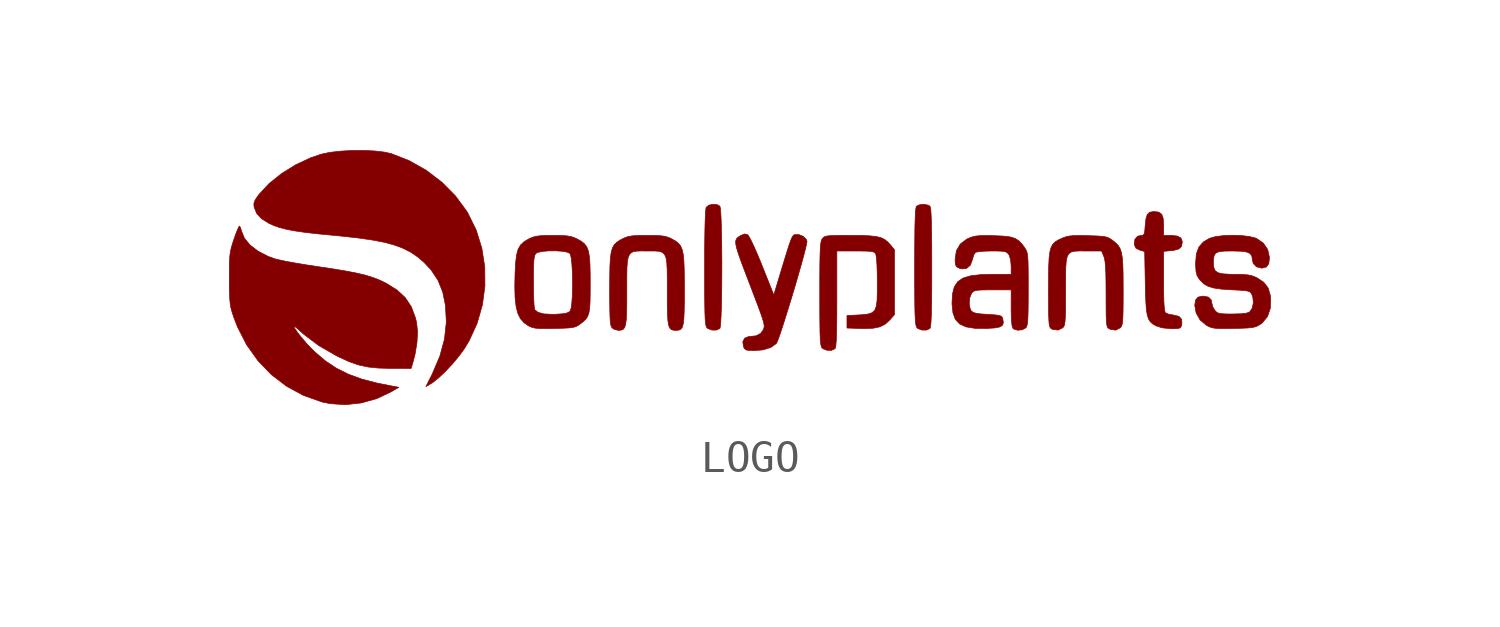
<source format=kicad_sym>
(kicad_symbol_lib
  (version 20211014)
  (generator kicad_symbol_editor)
  (symbol "LOGO"
    (pin_names
      (offset 1.016))
    (property "Reference" "#G"
      (at 0 5.318 0)
      (effects (font (size 1.27 1.27)) hide))
    (symbol "LOGO_0_0"
      (polyline (pts (xy -1.101 -1.478) (xy -1.087 -1.43) (xy -1.073 -1.292) (xy -1.062 -1.079) (xy -1.052 -0.805) (xy -1.045 -0.484) (xy -1.04 -0.128) (xy -1.038 0.249) (xy -1.037 0.634) (xy -1.04 1.013) (xy -1.044 1.373) (xy -1.051 1.701) (xy -1.06 1.983) (xy -1.071 2.206) (xy -1.085 2.356) (xy -1.101 2.421) (xy -1.181 2.466) (xy -1.317 2.481) (xy -1.451 2.453) (xy -1.536 2.385) (xy -1.54 2.376) (xy -1.554 2.277) (xy -1.565 2.083) (xy -1.575 1.8) (xy -1.582 1.431) (xy -1.586 0.981) (xy -1.587 0.453) (xy -1.587 0.418) (xy -1.587 -0.058) (xy -1.585 -0.445) (xy -1.582 -0.752) (xy -1.577 -0.989) (xy -1.57 -1.166) (xy -1.56 -1.292) (xy -1.547 -1.377) (xy -1.53 -1.429) (xy -1.51 -1.46) (xy -1.485 -1.48) (xy -1.357 -1.529) (xy -1.212 -1.53) (xy -1.101 -1.478)) (stroke (width 0.01) (type default) (color 0 0 0 0)) (fill (type outline)))
      (polyline (pts (xy 5.596 -1.478) (xy 5.603 -1.468) (xy 5.618 -1.402) (xy 5.63 -1.277) (xy 5.64 -1.086) (xy 5.647 -0.822) (xy 5.652 -0.479) (xy 5.655 -0.05) (xy 5.655 0.471) (xy 5.655 0.685) (xy 5.654 1.17) (xy 5.65 1.565) (xy 5.644 1.876) (xy 5.636 2.111) (xy 5.626 2.276) (xy 5.612 2.377) (xy 5.596 2.421) (xy 5.546 2.452) (xy 5.414 2.478) (xy 5.271 2.467) (xy 5.169 2.421) (xy 5.163 2.412) (xy 5.148 2.348) (xy 5.135 2.226) (xy 5.126 2.037) (xy 5.118 1.776) (xy 5.114 1.435) (xy 5.111 1.009) (xy 5.11 0.49) (xy 5.11 0.402) (xy 5.11 -0.069) (xy 5.112 -0.453) (xy 5.115 -0.757) (xy 5.12 -0.993) (xy 5.128 -1.168) (xy 5.138 -1.293) (xy 5.151 -1.377) (xy 5.168 -1.43) (xy 5.188 -1.46) (xy 5.212 -1.48) (xy 5.34 -1.529) (xy 5.485 -1.53) (xy 5.596 -1.478)) (stroke (width 0.01) (type default) (color 0 0 0 0)) (fill (type outline)))
      (polyline (pts (xy 13.464 -1.484) (xy 13.555 -1.468) (xy 13.6 -1.429) (xy 13.624 -1.357) (xy 13.629 -1.336) (xy 13.624 -1.188) (xy 13.537 -1.093) (xy 13.365 -1.05) (xy 13.335 -1.047) (xy 13.198 -1.02) (xy 13.11 -0.982) (xy 13.104 -0.977) (xy 13.082 -0.917) (xy 13.066 -0.796) (xy 13.055 -0.606) (xy 13.049 -0.335) (xy 13.047 0.025) (xy 13.047 0.98) (xy 13.301 1.004) (xy 13.375 1.013) (xy 13.533 1.057) (xy 13.617 1.137) (xy 13.642 1.268) (xy 13.641 1.297) (xy 13.597 1.408) (xy 13.482 1.469) (xy 13.285 1.488) (xy 13.047 1.488) (xy 13.047 1.805) (xy 13.047 1.823) (xy 13.033 2.033) (xy 12.985 2.164) (xy 12.893 2.23) (xy 12.745 2.249) (xy 12.719 2.249) (xy 12.602 2.226) (xy 12.527 2.157) (xy 12.484 2.025) (xy 12.461 1.811) (xy 12.46 1.803) (xy 12.446 1.632) (xy 12.426 1.538) (xy 12.389 1.497) (xy 12.328 1.488) (xy 12.218 1.463) (xy 12.131 1.364) (xy 12.114 1.206) (xy 12.118 1.175) (xy 12.168 1.078) (xy 12.287 1.02) (xy 12.443 0.974) (xy 12.462 -0.021) (xy 12.469 -0.334) (xy 12.481 -0.644) (xy 12.498 -0.879) (xy 12.526 -1.052) (xy 12.566 -1.176) (xy 12.623 -1.265) (xy 12.698 -1.332) (xy 12.796 -1.391) (xy 12.99 -1.457) (xy 13.282 -1.486) (xy 13.302 -1.486) (xy 13.464 -1.484)) (stroke (width 0.01) (type default) (color 0 0 0 0)) (fill (type outline)))
      (polyline (pts (xy -10.316 -3.241) (xy -10.242 -3.193) (xy -10.055 -3.041) (xy -9.843 -2.838) (xy -9.625 -2.605) (xy -9.423 -2.365) (xy -9.256 -2.138) (xy -9.092 -1.867) (xy -8.839 -1.312) (xy -8.672 -0.728) (xy -8.591 -0.126) (xy -8.596 0.48) (xy -8.689 1.079) (xy -8.868 1.656) (xy -9.135 2.201) (xy -9.173 2.262) (xy -9.531 2.748) (xy -9.965 3.186) (xy -10.461 3.564) (xy -11.006 3.872) (xy -11.584 4.098) (xy -11.797 4.145) (xy -12.107 4.181) (xy -12.464 4.197) (xy -12.84 4.195) (xy -13.209 4.174) (xy -13.542 4.135) (xy -13.813 4.077) (xy -14.153 3.961) (xy -14.63 3.737) (xy -15.078 3.458) (xy -15.474 3.139) (xy -15.794 2.796) (xy -15.826 2.753) (xy -15.919 2.615) (xy -15.957 2.509) (xy -15.952 2.406) (xy -15.948 2.387) (xy -15.868 2.188) (xy -15.715 2.021) (xy -15.476 1.873) (xy -15.319 1.802) (xy -15.132 1.737) (xy -14.912 1.681) (xy -14.646 1.631) (xy -14.319 1.584) (xy -13.92 1.538) (xy -13.435 1.492) (xy -13.185 1.468) (xy -12.646 1.409) (xy -12.189 1.343) (xy -11.803 1.269) (xy -11.477 1.181) (xy -11.199 1.077) (xy -10.957 0.953) (xy -10.74 0.806) (xy -10.536 0.632) (xy -10.31 0.392) (xy -10.089 0.061) (xy -9.938 -0.312) (xy -9.85 -0.74) (xy -9.823 -1.237) (xy -9.823 -1.282) (xy -9.879 -1.812) (xy -10.029 -2.364) (xy -10.272 -2.933) (xy -10.473 -3.333) (xy -10.316 -3.241)) (stroke (width 0.01) (type default) (color 0 0 0 0)) (fill (type outline)))
      (polyline (pts (xy 0.275 -2.161) (xy 0.526 -2.083) (xy 0.701 -1.954) (xy 0.714 -1.933) (xy 0.759 -1.823) (xy 0.825 -1.638) (xy 0.907 -1.393) (xy 1 -1.1) (xy 1.101 -0.775) (xy 1.206 -0.432) (xy 1.31 -0.084) (xy 1.408 0.255) (xy 1.498 0.569) (xy 1.573 0.845) (xy 1.631 1.07) (xy 1.667 1.228) (xy 1.677 1.306) (xy 1.652 1.368) (xy 1.554 1.459) (xy 1.42 1.514) (xy 1.29 1.513) (xy 1.278 1.509) (xy 1.251 1.496) (xy 1.225 1.469) (xy 1.196 1.419) (xy 1.161 1.336) (xy 1.115 1.208) (xy 1.056 1.027) (xy 0.98 0.781) (xy 0.882 0.461) (xy 0.76 0.056) (xy 0.619 -0.41) (xy 0.247 0.522) (xy 0.227 0.573) (xy 0.11 0.856) (xy 0.0004 1.106) (xy -0.094 1.307) (xy -0.167 1.446) (xy -0.211 1.508) (xy -0.217 1.511) (xy -0.311 1.535) (xy -0.43 1.488) (xy -0.47 1.465) (xy -0.533 1.423) (xy -0.576 1.373) (xy -0.597 1.307) (xy -0.594 1.212) (xy -0.565 1.078) (xy -0.508 0.895) (xy -0.421 0.651) (xy -0.303 0.336) (xy -0.151 -0.06) (xy -0.005 -0.444) (xy 0.11 -0.747) (xy 0.196 -0.98) (xy 0.255 -1.154) (xy 0.292 -1.28) (xy 0.31 -1.369) (xy 0.311 -1.432) (xy 0.3 -1.481) (xy 0.279 -1.527) (xy 0.198 -1.636) (xy 0.054 -1.712) (xy -0.16 -1.736) (xy -0.187 -1.737) (xy -0.311 -1.789) (xy -0.369 -1.902) (xy -0.348 -2.055) (xy -0.318 -2.12) (xy -0.265 -2.162) (xy -0.168 -2.179) (xy 0.0004 -2.183) (xy 0.275 -2.161)) (stroke (width 0.01) (type default) (color 0 0 0 0)) (fill (type outline)))
      (polyline (pts (xy 2.57 -2.123) (xy 2.58 -2.106) (xy 2.596 -2.028) (xy 2.609 -1.886) (xy 2.618 -1.672) (xy 2.624 -1.381) (xy 2.628 -1.004) (xy 2.629 -0.536) (xy 2.629 0.992) (xy 3.223 0.992) (xy 3.323 0.992) (xy 3.546 0.989) (xy 3.694 0.981) (xy 3.785 0.965) (xy 3.837 0.937) (xy 3.868 0.896) (xy 3.877 0.866) (xy 3.894 0.739) (xy 3.908 0.538) (xy 3.916 0.28) (xy 3.919 -0.018) (xy 3.918 -0.327) (xy 3.911 -0.587) (xy 3.886 -0.773) (xy 3.837 -0.898) (xy 3.752 -0.976) (xy 3.624 -1.019) (xy 3.443 -1.04) (xy 3.2 -1.054) (xy 2.952 -1.067) (xy 2.952 -1.464) (xy 3.373 -1.479) (xy 3.503 -1.482) (xy 3.786 -1.471) (xy 4.002 -1.426) (xy 4.17 -1.342) (xy 4.311 -1.213) (xy 4.465 -1.038) (xy 4.465 1.034) (xy 4.331 1.194) (xy 4.255 1.276) (xy 4.157 1.357) (xy 4.039 1.414) (xy 3.886 1.452) (xy 3.681 1.475) (xy 3.41 1.486) (xy 3.055 1.488) (xy 2.816 1.488) (xy 2.579 1.486) (xy 2.413 1.48) (xy 2.304 1.468) (xy 2.236 1.448) (xy 2.194 1.419) (xy 2.161 1.378) (xy 2.152 1.365) (xy 2.133 1.315) (xy 2.117 1.237) (xy 2.105 1.122) (xy 2.096 0.959) (xy 2.09 0.737) (xy 2.086 0.447) (xy 2.084 0.078) (xy 2.084 -0.38) (xy 2.084 -0.636) (xy 2.085 -1.042) (xy 2.088 -1.364) (xy 2.092 -1.613) (xy 2.099 -1.798) (xy 2.109 -1.929) (xy 2.123 -2.018) (xy 2.14 -2.073) (xy 2.162 -2.105) (xy 2.186 -2.125) (xy 2.314 -2.174) (xy 2.459 -2.175) (xy 2.57 -2.123)) (stroke (width 0.01) (type default) (color 0 0 0 0)) (fill (type outline)))
      (polyline (pts (xy -2.464 -1.537) (xy -2.391 -1.527) (xy -2.335 -1.495) (xy -2.294 -1.43) (xy -2.266 -1.322) (xy -2.248 -1.159) (xy -2.238 -0.931) (xy -2.233 -0.625) (xy -2.232 -0.231) (xy -2.233 0.048) (xy -2.237 0.401) (xy -2.248 0.675) (xy -2.269 0.884) (xy -2.303 1.039) (xy -2.353 1.153) (xy -2.422 1.239) (xy -2.513 1.309) (xy -2.63 1.375) (xy -2.733 1.424) (xy -2.842 1.457) (xy -2.977 1.477) (xy -3.162 1.486) (xy -3.423 1.488) (xy -3.678 1.486) (xy -3.865 1.477) (xy -4.001 1.458) (xy -4.11 1.425) (xy -4.216 1.375) (xy -4.296 1.332) (xy -4.395 1.264) (xy -4.472 1.185) (xy -4.528 1.083) (xy -4.567 0.943) (xy -4.592 0.754) (xy -4.606 0.504) (xy -4.612 0.18) (xy -4.614 -0.231) (xy -4.613 -0.589) (xy -4.61 -0.882) (xy -4.604 -1.1) (xy -4.595 -1.254) (xy -4.58 -1.357) (xy -4.561 -1.422) (xy -4.536 -1.46) (xy -4.468 -1.506) (xy -4.341 -1.538) (xy -4.327 -1.538) (xy -4.245 -1.531) (xy -4.183 -1.505) (xy -4.137 -1.448) (xy -4.106 -1.349) (xy -4.085 -1.197) (xy -4.074 -0.98) (xy -4.069 -0.686) (xy -4.068 -0.305) (xy -4.068 -0.185) (xy -4.068 0.181) (xy -4.063 0.462) (xy -4.047 0.67) (xy -4.016 0.815) (xy -3.962 0.908) (xy -3.882 0.962) (xy -3.769 0.986) (xy -3.618 0.993) (xy -3.423 0.992) (xy -3.363 0.992) (xy -3.181 0.992) (xy -3.042 0.982) (xy -2.938 0.95) (xy -2.866 0.887) (xy -2.82 0.78) (xy -2.793 0.618) (xy -2.781 0.391) (xy -2.778 0.087) (xy -2.778 -0.305) (xy -2.778 -0.369) (xy -2.777 -0.737) (xy -2.771 -1.018) (xy -2.758 -1.224) (xy -2.736 -1.368) (xy -2.703 -1.459) (xy -2.655 -1.51) (xy -2.59 -1.533) (xy -2.505 -1.538) (xy -2.464 -1.537)) (stroke (width 0.01) (type default) (color 0 0 0 0)) (fill (type outline)))
      (polyline (pts (xy 11.667 -1.456) (xy 11.68 -1.443) (xy 11.706 -1.404) (xy 11.726 -1.343) (xy 11.74 -1.248) (xy 11.749 -1.105) (xy 11.754 -0.902) (xy 11.757 -0.626) (xy 11.758 -0.264) (xy 11.757 -0.118) (xy 11.755 0.255) (xy 11.747 0.545) (xy 11.731 0.767) (xy 11.704 0.935) (xy 11.663 1.061) (xy 11.606 1.158) (xy 11.53 1.24) (xy 11.432 1.321) (xy 11.367 1.368) (xy 11.289 1.413) (xy 11.198 1.443) (xy 11.074 1.461) (xy 10.894 1.472) (xy 10.637 1.48) (xy 10.371 1.485) (xy 10.175 1.482) (xy 10.03 1.467) (xy 9.914 1.44) (xy 9.803 1.396) (xy 9.685 1.341) (xy 9.587 1.28) (xy 9.512 1.204) (xy 9.458 1.102) (xy 9.42 0.961) (xy 9.396 0.769) (xy 9.383 0.514) (xy 9.378 0.184) (xy 9.376 -0.233) (xy 9.377 -0.503) (xy 9.378 -0.82) (xy 9.382 -1.058) (xy 9.389 -1.229) (xy 9.399 -1.345) (xy 9.415 -1.419) (xy 9.436 -1.461) (xy 9.463 -1.484) (xy 9.517 -1.51) (xy 9.683 -1.53) (xy 9.831 -1.456) (xy 9.84 -1.448) (xy 9.868 -1.41) (xy 9.889 -1.352) (xy 9.903 -1.261) (xy 9.913 -1.124) (xy 9.919 -0.927) (xy 9.921 -0.657) (xy 9.922 -0.301) (xy 9.922 -0.185) (xy 9.922 0.181) (xy 9.927 0.463) (xy 9.943 0.67) (xy 9.974 0.815) (xy 10.028 0.909) (xy 10.109 0.962) (xy 10.223 0.986) (xy 10.375 0.993) (xy 10.572 0.992) (xy 11.068 0.992) (xy 11.14 0.82) (xy 11.156 0.775) (xy 11.178 0.664) (xy 11.194 0.505) (xy 11.204 0.284) (xy 11.21 -0.011) (xy 11.212 -0.394) (xy 11.212 -0.555) (xy 11.213 -0.864) (xy 11.216 -1.093) (xy 11.223 -1.254) (xy 11.235 -1.361) (xy 11.252 -1.426) (xy 11.276 -1.464) (xy 11.308 -1.486) (xy 11.358 -1.51) (xy 11.521 -1.531) (xy 11.667 -1.456)) (stroke (width 0.01) (type default) (color 0 0 0 0)) (fill (type outline)))
      (polyline (pts (xy -12.532 -3.853) (xy -12.039 -3.715) (xy -11.578 -3.496) (xy -11.336 -3.353) (xy -11.559 -3.313) (xy -12.031 -3.219) (xy -12.524 -3.09) (xy -12.949 -2.935) (xy -13.324 -2.747) (xy -13.668 -2.519) (xy -13.996 -2.243) (xy -14.13 -2.112) (xy -14.289 -1.942) (xy -14.439 -1.767) (xy -14.565 -1.607) (xy -14.652 -1.481) (xy -14.684 -1.406) (xy -14.669 -1.406) (xy -14.602 -1.454) (xy -14.498 -1.546) (xy -14.361 -1.669) (xy -13.884 -2.027) (xy -13.32 -2.351) (xy -13.244 -2.389) (xy -12.917 -2.538) (xy -12.619 -2.642) (xy -12.32 -2.707) (xy -11.986 -2.741) (xy -11.586 -2.752) (xy -10.944 -2.753) (xy -10.878 -2.53) (xy -10.818 -2.298) (xy -10.758 -1.93) (xy -10.74 -1.587) (xy -10.768 -1.3) (xy -10.806 -1.14) (xy -10.937 -0.789) (xy -11.128 -0.499) (xy -11.393 -0.253) (xy -11.744 -0.035) (xy -11.798 -0.008) (xy -11.988 0.081) (xy -12.193 0.157) (xy -12.426 0.227) (xy -12.701 0.291) (xy -13.033 0.355) (xy -13.435 0.422) (xy -13.922 0.494) (xy -13.984 0.503) (xy -14.318 0.555) (xy -14.636 0.608) (xy -14.917 0.659) (xy -15.141 0.706) (xy -15.287 0.742) (xy -15.505 0.821) (xy -15.822 0.984) (xy -16.077 1.18) (xy -16.258 1.398) (xy -16.352 1.629) (xy -16.354 1.639) (xy -16.386 1.743) (xy -16.418 1.786) (xy -16.43 1.774) (xy -16.472 1.689) (xy -16.531 1.541) (xy -16.598 1.352) (xy -16.631 1.252) (xy -16.676 1.102) (xy -16.707 0.965) (xy -16.726 0.819) (xy -16.736 0.64) (xy -16.74 0.408) (xy -16.74 0.099) (xy -16.74 -0.027) (xy -16.736 -0.307) (xy -16.728 -0.519) (xy -16.713 -0.683) (xy -16.689 -0.823) (xy -16.652 -0.96) (xy -16.601 -1.116) (xy -16.482 -1.425) (xy -16.19 -1.996) (xy -15.827 -2.507) (xy -15.399 -2.951) (xy -14.913 -3.322) (xy -14.375 -3.614) (xy -13.791 -3.821) (xy -13.533 -3.875) (xy -13.037 -3.908) (xy -12.532 -3.853)) (stroke (width 0.01) (type default) (color 0 0 0 0)) (fill (type outline)))
      (polyline (pts (xy -6.371 -1.478) (xy -6.11 -1.471) (xy -5.92 -1.462) (xy -5.788 -1.446) (xy -5.695 -1.421) (xy -5.619 -1.382) (xy -5.54 -1.325) (xy -5.458 -1.261) (xy -5.377 -1.184) (xy -5.319 -1.1) (xy -5.279 -0.992) (xy -5.253 -0.846) (xy -5.24 -0.646) (xy -5.235 -0.377) (xy -5.234 -0.025) (xy -5.235 0.252) (xy -5.242 0.569) (xy -5.26 0.81) (xy -5.293 0.99) (xy -5.344 1.123) (xy -5.419 1.222) (xy -5.521 1.302) (xy -5.655 1.377) (xy -5.734 1.414) (xy -5.848 1.452) (xy -5.984 1.475) (xy -6.168 1.486) (xy -6.424 1.488) (xy -6.609 1.487) (xy -6.813 1.479) (xy -6.961 1.461) (xy -7.08 1.428) (xy -7.194 1.377) (xy -7.341 1.29) (xy -7.452 1.187) (xy -7.53 1.054) (xy -7.581 0.872) (xy -7.612 0.625) (xy -7.63 0.297) (xy -7.636 0.009) (xy -7.044 0.009) (xy -7.043 0.233) (xy -7.04 0.489) (xy -7.032 0.671) (xy -7.017 0.793) (xy -6.996 0.869) (xy -6.966 0.914) (xy -6.902 0.948) (xy -6.753 0.979) (xy -6.557 0.996) (xy -6.342 0.997) (xy -6.139 0.984) (xy -5.976 0.957) (xy -5.882 0.914) (xy -5.868 0.889) (xy -5.84 0.771) (xy -5.819 0.585) (xy -5.805 0.35) (xy -5.798 0.087) (xy -5.798 -0.182) (xy -5.805 -0.438) (xy -5.82 -0.659) (xy -5.842 -0.826) (xy -5.871 -0.916) (xy -5.903 -0.949) (xy -5.983 -0.987) (xy -6.118 -1.011) (xy -6.33 -1.025) (xy -6.439 -1.028) (xy -6.713 -1.014) (xy -6.899 -0.964) (xy -7.005 -0.878) (xy -7.014 -0.84) (xy -7.026 -0.713) (xy -7.035 -0.517) (xy -7.041 -0.271) (xy -7.044 0.009) (xy -7.636 0.009) (xy -7.639 -0.128) (xy -7.63 -0.489) (xy -7.598 -0.775) (xy -7.542 -0.997) (xy -7.458 -1.167) (xy -7.343 -1.297) (xy -7.193 -1.399) (xy -7.175 -1.408) (xy -7.088 -1.444) (xy -6.986 -1.468) (xy -6.845 -1.48) (xy -6.647 -1.482) (xy -6.371 -1.478)) (stroke (width 0.01) (type default) (color 0 0 0 0)) (fill (type outline)))
      (polyline (pts (xy 8.537 -1.521) (xy 8.653 -1.46) (xy 8.678 -1.424) (xy 8.697 -1.361) (xy 8.712 -1.259) (xy 8.721 -1.107) (xy 8.727 -0.893) (xy 8.73 -0.604) (xy 8.731 -0.227) (xy 8.731 -0.206) (xy 8.731 0.158) (xy 8.729 0.437) (xy 8.724 0.644) (xy 8.716 0.795) (xy 8.702 0.901) (xy 8.682 0.977) (xy 8.655 1.036) (xy 8.62 1.092) (xy 8.539 1.204) (xy 8.431 1.318) (xy 8.309 1.394) (xy 8.15 1.441) (xy 7.934 1.467) (xy 7.64 1.48) (xy 7.407 1.485) (xy 7.206 1.482) (xy 7.059 1.468) (xy 6.94 1.44) (xy 6.827 1.397) (xy 6.766 1.367) (xy 6.562 1.211) (xy 6.44 0.999) (xy 6.4 0.731) (xy 6.4 0.672) (xy 6.412 0.55) (xy 6.453 0.484) (xy 6.536 0.441) (xy 6.612 0.42) (xy 6.767 0.437) (xy 6.885 0.538) (xy 6.95 0.714) (xy 6.956 0.744) (xy 6.998 0.873) (xy 7.05 0.947) (xy 7.075 0.956) (xy 7.191 0.974) (xy 7.366 0.987) (xy 7.575 0.992) (xy 7.741 0.991) (xy 7.902 0.984) (xy 8.002 0.967) (xy 8.063 0.934) (xy 8.108 0.882) (xy 8.124 0.856) (xy 8.169 0.707) (xy 8.186 0.51) (xy 8.186 0.248) (xy 7.553 0.247) (xy 7.2 0.237) (xy 6.886 0.199) (xy 6.649 0.127) (xy 6.483 0.013) (xy 6.375 -0.149) (xy 6.318 -0.366) (xy 6.301 -0.645) (xy 6.302 -0.711) (xy 6.331 -0.984) (xy 6.409 -1.19) (xy 6.544 -1.336) (xy 6.747 -1.428) (xy 7.024 -1.473) (xy 7.387 -1.478) (xy 7.41 -1.477) (xy 7.656 -1.462) (xy 7.818 -1.432) (xy 7.907 -1.38) (xy 7.937 -1.298) (xy 7.921 -1.18) (xy 7.92 -1.179) (xy 7.9 -1.121) (xy 7.862 -1.083) (xy 7.784 -1.059) (xy 7.648 -1.043) (xy 7.433 -1.03) (xy 7.215 -1.014) (xy 7.06 -0.992) (xy 6.965 -0.96) (xy 6.912 -0.914) (xy 6.88 -0.853) (xy 6.849 -0.688) (xy 6.864 -0.506) (xy 6.923 -0.358) (xy 6.946 -0.329) (xy 6.99 -0.292) (xy 7.058 -0.268) (xy 7.168 -0.255) (xy 7.341 -0.249) (xy 7.593 -0.248) (xy 8.186 -0.248) (xy 8.186 -0.833) (xy 8.186 -0.929) (xy 8.195 -1.21) (xy 8.214 -1.393) (xy 8.245 -1.478) (xy 8.268 -1.496) (xy 8.392 -1.534) (xy 8.537 -1.521)) (stroke (width 0.01) (type default) (color 0 0 0 0)) (fill (type outline)))
      (polyline (pts (xy 15.284 -1.477) (xy 15.52 -1.472) (xy 15.727 -1.463) (xy 15.873 -1.448) (xy 15.976 -1.425) (xy 16.059 -1.39) (xy 16.139 -1.339) (xy 16.197 -1.296) (xy 16.36 -1.096) (xy 16.449 -0.835) (xy 16.46 -0.52) (xy 16.448 -0.421) (xy 16.378 -0.186) (xy 16.242 -0.008) (xy 16.023 0.137) (xy 15.99 0.153) (xy 15.868 0.201) (xy 15.734 0.23) (xy 15.557 0.244) (xy 15.31 0.248) (xy 15.176 0.249) (xy 14.942 0.263) (xy 14.786 0.297) (xy 14.692 0.361) (xy 14.647 0.461) (xy 14.635 0.606) (xy 14.637 0.71) (xy 14.655 0.84) (xy 14.707 0.922) (xy 14.809 0.968) (xy 14.977 0.988) (xy 15.228 0.992) (xy 15.246 0.992) (xy 15.51 0.985) (xy 15.691 0.96) (xy 15.803 0.911) (xy 15.859 0.833) (xy 15.875 0.719) (xy 15.904 0.596) (xy 16.008 0.487) (xy 16.166 0.447) (xy 16.193 0.447) (xy 16.326 0.484) (xy 16.399 0.586) (xy 16.421 0.766) (xy 16.42 0.792) (xy 16.365 1.039) (xy 16.225 1.244) (xy 16.01 1.391) (xy 15.982 1.403) (xy 15.78 1.454) (xy 15.519 1.484) (xy 15.23 1.493) (xy 14.944 1.481) (xy 14.692 1.448) (xy 14.506 1.394) (xy 14.314 1.28) (xy 14.171 1.118) (xy 14.091 0.9) (xy 14.067 0.611) (xy 14.068 0.525) (xy 14.08 0.342) (xy 14.112 0.214) (xy 14.17 0.113) (xy 14.21 0.063) (xy 14.325 -0.052) (xy 14.462 -0.133) (xy 14.641 -0.188) (xy 14.881 -0.223) (xy 15.2 -0.244) (xy 15.204 -0.245) (xy 15.455 -0.257) (xy 15.625 -0.27) (xy 15.733 -0.287) (xy 15.797 -0.314) (xy 15.836 -0.354) (xy 15.867 -0.413) (xy 15.891 -0.478) (xy 15.908 -0.655) (xy 15.873 -0.827) (xy 15.792 -0.95) (xy 15.697 -0.988) (xy 15.516 -1.01) (xy 15.243 -1.017) (xy 15.049 -1.016) (xy 14.894 -1.008) (xy 14.796 -0.989) (xy 14.732 -0.955) (xy 14.68 -0.9) (xy 14.616 -0.792) (xy 14.585 -0.674) (xy 14.568 -0.574) (xy 14.478 -0.479) (xy 14.312 -0.447) (xy 14.299 -0.447) (xy 14.147 -0.478) (xy 14.065 -0.572) (xy 14.04 -0.742) (xy 14.084 -0.986) (xy 14.212 -1.21) (xy 14.412 -1.377) (xy 14.485 -1.416) (xy 14.57 -1.45) (xy 14.672 -1.47) (xy 14.811 -1.48) (xy 15.008 -1.481) (xy 15.284 -1.477)) (stroke (width 0.01) (type default) (color 0 0 0 0)) (fill (type outline))))))
</source>
